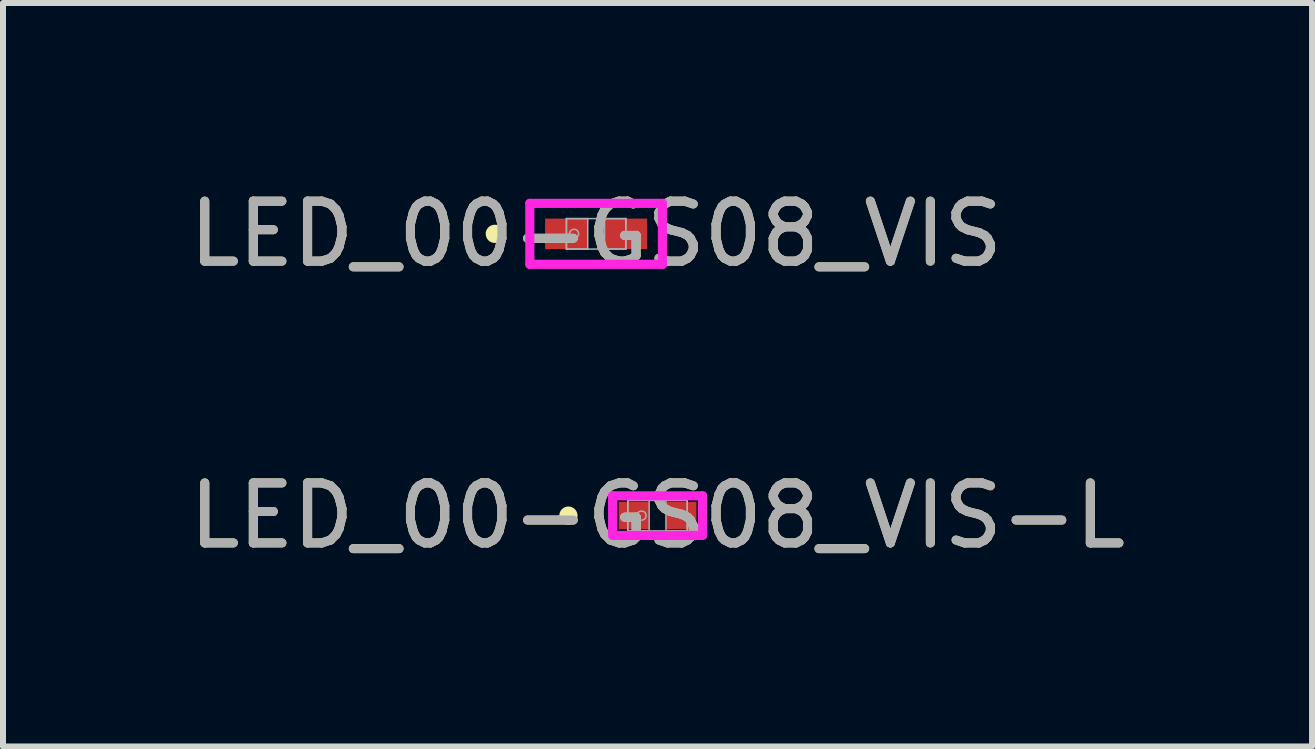
<source format=kicad_pcb>
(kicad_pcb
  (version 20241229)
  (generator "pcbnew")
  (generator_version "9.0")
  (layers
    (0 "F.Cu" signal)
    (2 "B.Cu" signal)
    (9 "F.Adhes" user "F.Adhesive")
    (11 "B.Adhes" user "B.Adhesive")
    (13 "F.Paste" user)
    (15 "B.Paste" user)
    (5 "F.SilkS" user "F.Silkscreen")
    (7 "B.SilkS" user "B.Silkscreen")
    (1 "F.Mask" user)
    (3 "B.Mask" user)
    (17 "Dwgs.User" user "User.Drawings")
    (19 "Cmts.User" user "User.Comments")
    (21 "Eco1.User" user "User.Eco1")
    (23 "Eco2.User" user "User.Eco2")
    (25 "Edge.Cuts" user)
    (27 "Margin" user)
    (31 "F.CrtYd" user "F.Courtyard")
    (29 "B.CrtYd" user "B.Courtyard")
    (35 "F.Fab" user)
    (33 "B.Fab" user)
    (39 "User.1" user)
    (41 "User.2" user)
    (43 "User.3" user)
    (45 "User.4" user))
  (footprint "LED_00-GS08_VIS"
    (layer "F.Cu")
    (at 6.887 0.848)
    (property "Reference" "LED_00-GS08_VIS" (at 0 0 0) (unlocked yes) (layer "F.SilkS") (effects (font (size 1 1) (thickness 0.15))))
    (attr smd)
    (fp_circle (center -1.689 0) (end -1.613 0) (stroke (width 0.152) (type solid)) (fill no) (layer "F.SilkS"))
    (fp_line (start -1.105 -0.508) (end 1.105 -0.508) (stroke (width 0.152) (type solid)) (layer "F.CrtYd"))
    (fp_line (start -1.105 0.508) (end -1.105 -0.508) (stroke (width 0.152) (type solid)) (layer "F.CrtYd"))
    (fp_line (start 1.105 -0.508) (end 1.105 0.508) (stroke (width 0.152) (type solid)) (layer "F.CrtYd"))
    (fp_line (start 1.105 0.508) (end -1.105 0.508) (stroke (width 0.152) (type solid)) (layer "F.CrtYd"))
    (fp_line (start -0.495 -0.254) (end -0.495 0.254) (stroke (width 0.025) (type solid)) (layer "F.Fab"))
    (fp_line (start -0.495 -0.254) (end -0.495 0.254) (stroke (width 0.025) (type solid)) (layer "F.Fab"))
    (fp_line (start -0.495 0.254) (end -0.14 0.254) (stroke (width 0.025) (type solid)) (layer "F.Fab"))
    (fp_line (start -0.495 0.254) (end 0.495 0.254) (stroke (width 0.025) (type solid)) (layer "F.Fab"))
    (fp_line (start -0.14 -0.254) (end -0.495 -0.254) (stroke (width 0.025) (type solid)) (layer "F.Fab"))
    (fp_line (start -0.14 0.254) (end -0.14 -0.254) (stroke (width 0.025) (type solid)) (layer "F.Fab"))
    (fp_line (start 0.14 -0.254) (end 0.14 0.254) (stroke (width 0.025) (type solid)) (layer "F.Fab"))
    (fp_line (start 0.14 0.254) (end 0.495 0.254) (stroke (width 0.025) (type solid)) (layer "F.Fab"))
    (fp_line (start 0.495 -0.254) (end -0.495 -0.254) (stroke (width 0.025) (type solid)) (layer "F.Fab"))
    (fp_line (start 0.495 -0.254) (end 0.14 -0.254) (stroke (width 0.025) (type solid)) (layer "F.Fab"))
    (fp_line (start 0.495 0.254) (end 0.495 -0.254) (stroke (width 0.025) (type solid)) (layer "F.Fab"))
    (fp_line (start 0.495 0.254) (end 0.495 -0.254) (stroke (width 0.025) (type solid)) (layer "F.Fab"))
    (fp_circle (center -0.368 0) (end -0.292 0) (stroke (width 0.025) (type solid)) (fill no) (layer "F.Fab"))
    (fp_text user "${REFERENCE}" (at 0 0 0) (unlocked yes) (layer "F.Fab") (effects (font (size 1 1) (thickness 0.15))))
    (pad "1" smd rect (at -0.495 0) (size 0.711 0.508) (layers "F.Cu" "F.Mask" "F.Paste"))
    (pad "2" smd rect (at 0.495 0) (size 0.711 0.508) (layers "F.Cu" "F.Mask" "F.Paste"))
    (zone (net_name "") (layer "F.Cu") (hatch full 0.508) (connect_pads) (min_thickness 0.254) (filled_areas_thickness no) (keepout (tracks not_allowed) (vias not_allowed) (pads allowed) (copperpour not_allowed) (footprints allowed)) (placement (enabled no)) (fill) (polygon (pts (xy 6.798 0.645) (xy 6.976 0.645) (xy 6.976 1.051) (xy 6.798 1.051)))))
  (footprint "LED_00-GS08_VIS-L"
    (layer "F.Cu")
    (at 7.911 5.545)
    (property "Reference" "LED_00-GS08_VIS-L" (at 0 0 0) (unlocked yes) (layer "F.SilkS") (effects (font (size 1 1) (thickness 0.15))))
    (attr smd)
    (fp_circle (center -1.486 0) (end -1.41 0) (stroke (width 0.152) (type solid)) (fill no) (layer "F.SilkS"))
    (fp_line (start -0.749 -0.33) (end 0.749 -0.33) (stroke (width 0.152) (type solid)) (layer "F.CrtYd"))
    (fp_line (start -0.749 0.33) (end -0.749 -0.33) (stroke (width 0.152) (type solid)) (layer "F.CrtYd"))
    (fp_line (start 0.749 -0.33) (end 0.749 0.33) (stroke (width 0.152) (type solid)) (layer "F.CrtYd"))
    (fp_line (start 0.749 0.33) (end -0.749 0.33) (stroke (width 0.152) (type solid)) (layer "F.CrtYd"))
    (fp_line (start -0.495 -0.254) (end -0.495 0.254) (stroke (width 0.025) (type solid)) (layer "F.Fab"))
    (fp_line (start -0.495 -0.254) (end -0.495 0.254) (stroke (width 0.025) (type solid)) (layer "F.Fab"))
    (fp_line (start -0.495 0.254) (end -0.14 0.254) (stroke (width 0.025) (type solid)) (layer "F.Fab"))
    (fp_line (start -0.495 0.254) (end 0.495 0.254) (stroke (width 0.025) (type solid)) (layer "F.Fab"))
    (fp_line (start -0.14 -0.254) (end -0.495 -0.254) (stroke (width 0.025) (type solid)) (layer "F.Fab"))
    (fp_line (start -0.14 0.254) (end -0.14 -0.254) (stroke (width 0.025) (type solid)) (layer "F.Fab"))
    (fp_line (start 0.14 -0.254) (end 0.14 0.254) (stroke (width 0.025) (type solid)) (layer "F.Fab"))
    (fp_line (start 0.14 0.254) (end 0.495 0.254) (stroke (width 0.025) (type solid)) (layer "F.Fab"))
    (fp_line (start 0.495 -0.254) (end -0.495 -0.254) (stroke (width 0.025) (type solid)) (layer "F.Fab"))
    (fp_line (start 0.495 -0.254) (end 0.14 -0.254) (stroke (width 0.025) (type solid)) (layer "F.Fab"))
    (fp_line (start 0.495 0.254) (end 0.495 -0.254) (stroke (width 0.025) (type solid)) (layer "F.Fab"))
    (fp_line (start 0.495 0.254) (end 0.495 -0.254) (stroke (width 0.025) (type solid)) (layer "F.Fab"))
    (fp_circle (center -0.267 0) (end -0.191 0) (stroke (width 0.025) (type solid)) (fill no) (layer "F.Fab"))
    (fp_text user "${REFERENCE}" (at 0 0 0) (unlocked yes) (layer "F.Fab") (effects (font (size 1 1) (thickness 0.15))))
    (pad "1" smd rect (at -0.394 0) (size 0.508 0.457) (layers "F.Cu" "F.Mask" "F.Paste"))
    (pad "2" smd rect (at 0.394 0) (size 0.508 0.457) (layers "F.Cu" "F.Mask" "F.Paste"))
    (zone (net_name "") (layer "F.Cu") (hatch full 0.508) (connect_pads) (min_thickness 0.254) (filled_areas_thickness no) (keepout (tracks not_allowed) (vias not_allowed) (pads allowed) (copperpour not_allowed) (footprints allowed)) (placement (enabled no)) (fill) (polygon (pts (xy 7.822 5.342) (xy 8 5.342) (xy 8 5.748) (xy 7.822 5.748)))))
  (gr_rect
    (start -3 -3)
    (end 18.821 9.393)
    (stroke (width 0.1) (type default))
    (fill no)
    (layer "Edge.Cuts")))
</source>
